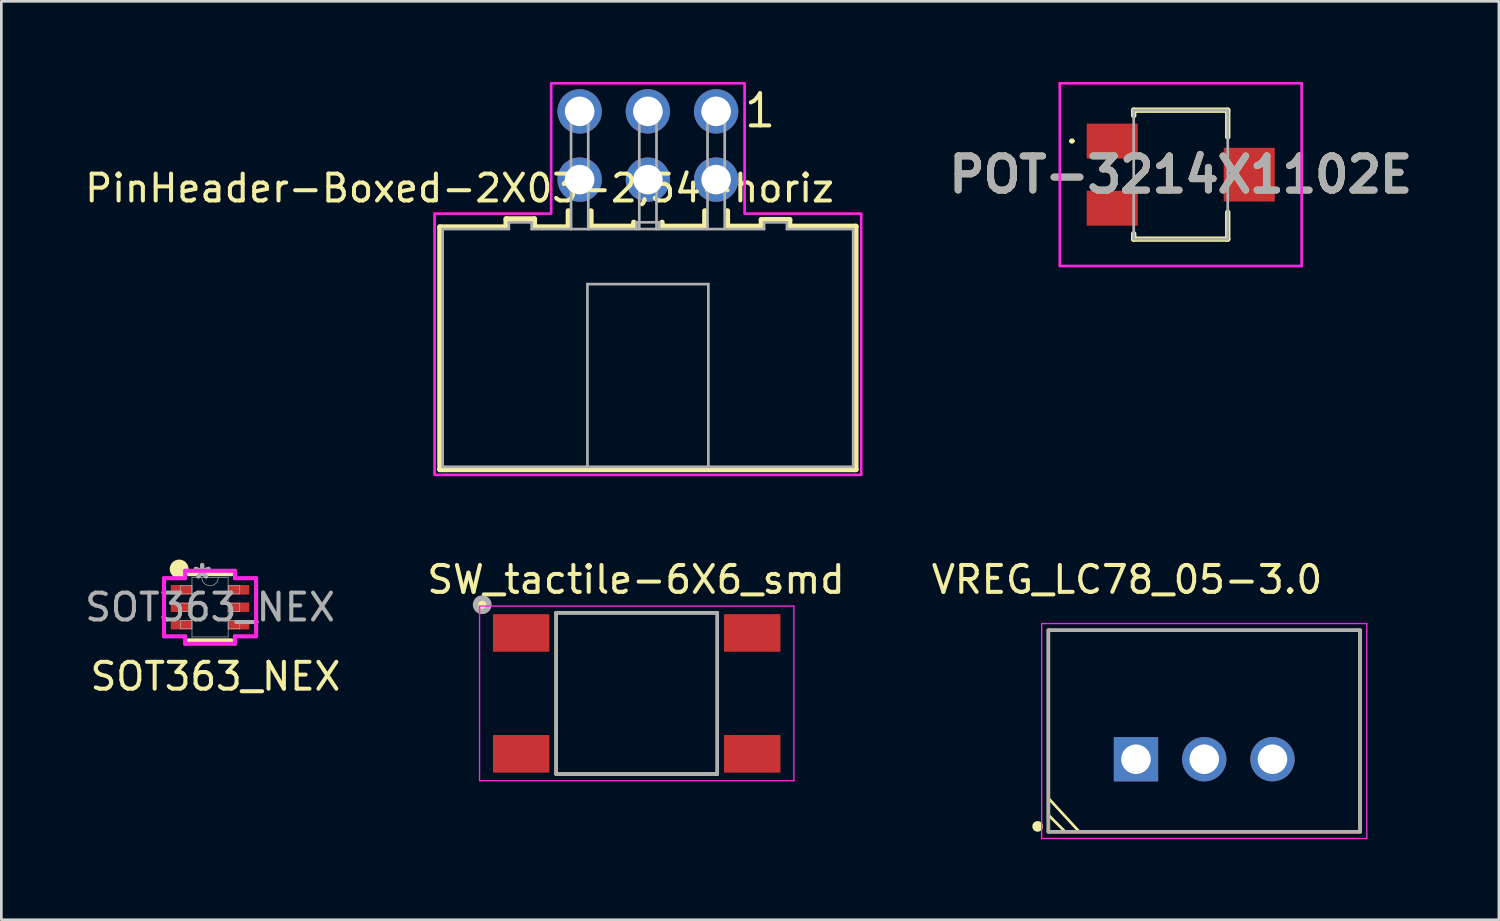
<source format=kicad_pcb>
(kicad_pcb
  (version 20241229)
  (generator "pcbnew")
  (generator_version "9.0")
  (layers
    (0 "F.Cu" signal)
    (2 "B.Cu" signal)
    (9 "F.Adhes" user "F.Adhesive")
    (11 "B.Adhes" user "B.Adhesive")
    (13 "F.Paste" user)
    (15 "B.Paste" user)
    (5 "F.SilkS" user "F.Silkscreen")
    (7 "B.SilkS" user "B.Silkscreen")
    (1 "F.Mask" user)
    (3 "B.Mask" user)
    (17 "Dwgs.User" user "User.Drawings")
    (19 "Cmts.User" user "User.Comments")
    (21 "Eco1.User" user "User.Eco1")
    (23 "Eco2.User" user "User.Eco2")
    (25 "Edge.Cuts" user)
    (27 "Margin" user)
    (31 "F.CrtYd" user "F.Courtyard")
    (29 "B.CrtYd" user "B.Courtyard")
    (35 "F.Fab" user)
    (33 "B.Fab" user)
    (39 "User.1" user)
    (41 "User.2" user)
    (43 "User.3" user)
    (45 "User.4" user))
  (footprint "POT-3214X1102E"
    (layer "F.Cu")
    (at 40.896 3.45)
    (property "Reference" "POT-3214X1102E" (at 0 0 0) (layer "F.SilkS") (effects (font (size 1.27 1.27) (thickness 0.254))))
    (attr smd)
    (fp_line (start -4.1 -1.25) (end -4.1 -1.25) (stroke (width 0.1) (type solid)) (layer "F.SilkS"))
    (fp_line (start -4 -1.25) (end -4 -1.25) (stroke (width 0.1) (type solid)) (layer "F.SilkS"))
    (fp_line (start -1.75 -2.4) (end 1.75 -2.4) (stroke (width 0.2) (type solid)) (layer "F.SilkS"))
    (fp_line (start -1.75 -2.2) (end -1.75 -2.4) (stroke (width 0.2) (type solid)) (layer "F.SilkS"))
    (fp_line (start -1.75 2.2) (end -1.75 2.4) (stroke (width 0.2) (type solid)) (layer "F.SilkS"))
    (fp_line (start -1.75 2.4) (end 1.75 2.4) (stroke (width 0.2) (type solid)) (layer "F.SilkS"))
    (fp_line (start 1.75 -2.4) (end 1.75 -1.4) (stroke (width 0.2) (type solid)) (layer "F.SilkS"))
    (fp_line (start 1.75 2.4) (end 1.75 1.4) (stroke (width 0.2) (type solid)) (layer "F.SilkS"))
    (fp_arc (start -4.1 -1.25) (mid -4.05 -1.3) (end -4 -1.25) (stroke (width 0.1) (type solid)) (layer "F.SilkS"))
    (fp_arc (start -4 -1.25) (mid -4.05 -1.2) (end -4.1 -1.25) (stroke (width 0.1) (type solid)) (layer "F.SilkS"))
    (fp_line (start -4.5 -3.4) (end 4.5 -3.4) (stroke (width 0.1) (type solid)) (layer "F.CrtYd"))
    (fp_line (start -4.5 3.4) (end -4.5 -3.4) (stroke (width 0.1) (type solid)) (layer "F.CrtYd"))
    (fp_line (start 4.5 -3.4) (end 4.5 3.4) (stroke (width 0.1) (type solid)) (layer "F.CrtYd"))
    (fp_line (start 4.5 3.4) (end -4.5 3.4) (stroke (width 0.1) (type solid)) (layer "F.CrtYd"))
    (fp_line (start -1.75 -2.4) (end 1.75 -2.4) (stroke (width 0.1) (type solid)) (layer "F.Fab"))
    (fp_line (start -1.75 2.4) (end -1.75 -2.4) (stroke (width 0.1) (type solid)) (layer "F.Fab"))
    (fp_line (start 1.75 -2.4) (end 1.75 2.4) (stroke (width 0.1) (type solid)) (layer "F.Fab"))
    (fp_line (start 1.75 2.4) (end -1.75 2.4) (stroke (width 0.1) (type solid)) (layer "F.Fab"))
    (fp_text user "${REFERENCE}" (at 0 0 0) (layer "F.Fab") (effects (font (size 1.27 1.27) (thickness 0.254))))
    (pad "1" smd rect (at -2.55 -1.25 90) (size 1.3 1.9) (layers "F.Cu" "F.Mask" "F.Paste"))
    (pad "2" smd rect (at 2.55 0) (size 1.9 2) (layers "F.Cu" "F.Mask" "F.Paste"))
    (pad "3" smd rect (at -2.55 1.25 90) (size 1.3 1.9) (layers "F.Cu" "F.Mask" "F.Paste")))
  (footprint "SW_tactile-6X6_smd"
    (layer "F.Cu")
    (at 20.648 22.758)
    (property "Reference" "SW_tactile-6X6_smd" (at -0.025 -4.235 0) (layer "F.SilkS") (effects (font (size 1 1) (thickness 0.15))))
    (attr smd)
    (fp_line (start -3 3) (end -3 -3) (stroke (width 0.127) (type solid)) (layer "F.SilkS"))
    (fp_line (start 3 -3) (end -3 -3) (stroke (width 0.127) (type solid)) (layer "F.SilkS"))
    (fp_line (start 3 -3) (end 3 3) (stroke (width 0.127) (type solid)) (layer "F.SilkS"))
    (fp_line (start 3 3) (end -3 3) (stroke (width 0.127) (type solid)) (layer "F.SilkS"))
    (fp_circle (center -5.75 -3.3) (end -5.55 -3.3) (stroke (width 0.2) (type solid)) (fill yes) (layer "F.SilkS"))
    (fp_line (start -5.85 -3.25) (end -5.85 3.25) (stroke (width 0.05) (type solid)) (layer "F.CrtYd"))
    (fp_line (start -5.85 3.25) (end 5.85 3.25) (stroke (width 0.05) (type solid)) (layer "F.CrtYd"))
    (fp_line (start 5.85 -3.25) (end -5.85 -3.25) (stroke (width 0.05) (type solid)) (layer "F.CrtYd"))
    (fp_line (start 5.85 3.25) (end 5.85 -3.25) (stroke (width 0.05) (type solid)) (layer "F.CrtYd"))
    (fp_line (start -3 -3) (end -3 3) (stroke (width 0.127) (type solid)) (layer "F.Fab"))
    (fp_line (start -3 3) (end 3 3) (stroke (width 0.127) (type solid)) (layer "F.Fab"))
    (fp_line (start 3 -3) (end -3 -3) (stroke (width 0.127) (type solid)) (layer "F.Fab"))
    (fp_line (start 3 3) (end 3 -3) (stroke (width 0.127) (type solid)) (layer "F.Fab"))
    (fp_circle (center -5.75 -3.3) (end -5.5 -3.3) (stroke (width 0.2) (type solid)) (fill no) (layer "F.Fab"))
    (pad "1" smd rect (at -4.3 -2.25) (size 2.1 1.4) (layers "F.Cu" "F.Mask" "F.Paste"))
    (pad "2" smd rect (at 4.3 -2.25) (size 2.1 1.4) (layers "F.Cu" "F.Mask" "F.Paste"))
    (pad "3" smd rect (at -4.3 2.25) (size 2.1 1.4) (layers "F.Cu" "F.Mask" "F.Paste"))
    (pad "4" smd rect (at 4.3 2.25) (size 2.1 1.4) (layers "F.Cu" "F.Mask" "F.Paste")))
  (footprint "PinHeader-Boxed-2X03-2,54-horiz"
    (layer "F.Cu")
    (at 21.064 9.9)
    (property "Reference" "PinHeader-Boxed-2X03-2,54-horiz" (at -7.01 -5.944 0) (layer "F.SilkS") (effects (font (size 1 1) (thickness 0.15))))
    (attr through_hole)
    (fp_line (start -7.74 -4.5) (end -7.74 4.525) (stroke (width 0.2) (type solid)) (layer "F.SilkS"))
    (fp_line (start -7.74 4.525) (end 7.74 4.525) (stroke (width 0.2) (type solid)) (layer "F.SilkS"))
    (fp_line (start -5.275 -4.8) (end -4.225 -4.8) (stroke (width 0.2) (type solid)) (layer "F.SilkS"))
    (fp_line (start -5.275 -4.5) (end -7.74 -4.5) (stroke (width 0.2) (type solid)) (layer "F.SilkS"))
    (fp_line (start -5.275 -4.5) (end -5.275 -4.8) (stroke (width 0.2) (type solid)) (layer "F.SilkS"))
    (fp_line (start -4.225 -4.8) (end -4.225 -4.5) (stroke (width 0.2) (type solid)) (layer "F.SilkS"))
    (fp_line (start -4.225 -4.5) (end -2.96 -4.5) (stroke (width 0.2) (type solid)) (layer "F.SilkS"))
    (fp_line (start -2.96 -4.5) (end -2.96 -5.1) (stroke (width 0.2) (type solid)) (layer "F.SilkS"))
    (fp_line (start -2.12 -5.1) (end -2.12 -4.525) (stroke (width 0.2) (type solid)) (layer "F.SilkS"))
    (fp_line (start -2.12 -4.525) (end -0.525 -4.525) (stroke (width 0.2) (type solid)) (layer "F.SilkS"))
    (fp_line (start -0.525 -4.525) (end -0.525 -4.675) (stroke (width 0.2) (type solid)) (layer "F.SilkS"))
    (fp_line (start 0.525 -4.675) (end 0.525 -4.525) (stroke (width 0.2) (type solid)) (layer "F.SilkS"))
    (fp_line (start 0.525 -4.525) (end 2.1 -4.525) (stroke (width 0.2) (type solid)) (layer "F.SilkS"))
    (fp_line (start 2.12 -4.525) (end 2.12 -5.1) (stroke (width 0.2) (type solid)) (layer "F.SilkS"))
    (fp_line (start 2.96 -4.525) (end 2.96 -5.1) (stroke (width 0.2) (type solid)) (layer "F.SilkS"))
    (fp_line (start 4.225 -4.775) (end 4.225 -4.525) (stroke (width 0.2) (type solid)) (layer "F.SilkS"))
    (fp_line (start 4.225 -4.525) (end 2.96 -4.525) (stroke (width 0.2) (type solid)) (layer "F.SilkS"))
    (fp_line (start 5.275 -4.775) (end 4.225 -4.775) (stroke (width 0.2) (type solid)) (layer "F.SilkS"))
    (fp_line (start 5.275 -4.525) (end 5.275 -4.775) (stroke (width 0.2) (type solid)) (layer "F.SilkS"))
    (fp_line (start 7.74 -4.525) (end 5.275 -4.525) (stroke (width 0.2) (type solid)) (layer "F.SilkS"))
    (fp_line (start 7.74 4.525) (end 7.74 -4.525) (stroke (width 0.2) (type solid)) (layer "F.SilkS"))
    (fp_poly (pts (xy 3.6 -9.85) (xy 3.6 -5) (xy 7.94 -5) (xy 7.94 4.725) (xy -7.94 4.725) (xy -7.94 -5) (xy -3.6 -5) (xy -3.6 -9.85)) (stroke (width 0.1) (type solid)) (fill no) (layer "F.CrtYd"))
    (fp_line (start -7.64 -4.425) (end -5.175 -4.425) (stroke (width 0.1) (type solid)) (layer "F.Fab"))
    (fp_line (start -7.64 4.425) (end -7.64 -4.425) (stroke (width 0.1) (type solid)) (layer "F.Fab"))
    (fp_line (start -5.175 -4.675) (end -4.325 -4.675) (stroke (width 0.1) (type solid)) (layer "F.Fab"))
    (fp_line (start -5.175 -4.425) (end -5.175 -4.675) (stroke (width 0.1) (type solid)) (layer "F.Fab"))
    (fp_line (start -4.325 -4.675) (end -4.325 -4.425) (stroke (width 0.1) (type solid)) (layer "F.Fab"))
    (fp_line (start -4.325 -4.425) (end -2.86 -4.425) (stroke (width 0.1) (type solid)) (layer "F.Fab"))
    (fp_line (start -2.86 -9.125) (end -2.86 -4.425) (stroke (width 0.1) (type solid)) (layer "F.Fab"))
    (fp_line (start -2.86 -9.125) (end -2.22 -9.125) (stroke (width 0.1) (type solid)) (layer "F.Fab"))
    (fp_line (start -2.86 -4.425) (end -2.22 -4.425) (stroke (width 0.1) (type solid)) (layer "F.Fab"))
    (fp_line (start -2.25 -2.375) (end 2.25 -2.375) (stroke (width 0.1) (type solid)) (layer "F.Fab"))
    (fp_line (start -2.25 4.4) (end -2.25 -2.375) (stroke (width 0.1) (type solid)) (layer "F.Fab"))
    (fp_line (start -2.22 -9.125) (end -2.22 -4.425) (stroke (width 0.1) (type solid)) (layer "F.Fab"))
    (fp_line (start -2.22 -4.425) (end 4.325 -4.425) (stroke (width 0.1) (type solid)) (layer "F.Fab"))
    (fp_line (start -0.425 -4.675) (end 0.425 -4.675) (stroke (width 0.1) (type solid)) (layer "F.Fab"))
    (fp_line (start -0.425 -4.425) (end -0.425 -4.675) (stroke (width 0.1) (type solid)) (layer "F.Fab"))
    (fp_line (start -0.32 -9.125) (end -0.32 -4.425) (stroke (width 0.1) (type solid)) (layer "F.Fab"))
    (fp_line (start -0.32 -9.125) (end 0.32 -9.125) (stroke (width 0.1) (type solid)) (layer "F.Fab"))
    (fp_line (start 0.32 -9.125) (end 0.32 -4.425) (stroke (width 0.1) (type solid)) (layer "F.Fab"))
    (fp_line (start 0.425 -4.675) (end 0.425 -4.425) (stroke (width 0.1) (type solid)) (layer "F.Fab"))
    (fp_line (start 2.22 -9.125) (end 2.22 -4.425) (stroke (width 0.1) (type solid)) (layer "F.Fab"))
    (fp_line (start 2.22 -9.125) (end 2.86 -9.125) (stroke (width 0.1) (type solid)) (layer "F.Fab"))
    (fp_line (start 2.25 -2.375) (end 2.25 4.4) (stroke (width 0.1) (type solid)) (layer "F.Fab"))
    (fp_line (start 2.86 -9.125) (end 2.86 -4.425) (stroke (width 0.1) (type solid)) (layer "F.Fab"))
    (fp_line (start 4.325 -4.675) (end 5.175 -4.675) (stroke (width 0.1) (type solid)) (layer "F.Fab"))
    (fp_line (start 4.325 -4.425) (end 4.325 -4.675) (stroke (width 0.1) (type solid)) (layer "F.Fab"))
    (fp_line (start 5.175 -4.675) (end 5.175 -4.425) (stroke (width 0.1) (type solid)) (layer "F.Fab"))
    (fp_line (start 5.175 -4.425) (end 7.64 -4.425) (stroke (width 0.1) (type solid)) (layer "F.Fab"))
    (fp_line (start 7.64 -4.425) (end 7.64 4.425) (stroke (width 0.1) (type solid)) (layer "F.Fab"))
    (fp_line (start 7.64 4.425) (end -7.64 4.425) (stroke (width 0.1) (type solid)) (layer "F.Fab"))
    (fp_text user "1" (at 3.505 -8.128 0) (unlocked yes) (layer "F.SilkS") (effects (font (size 1.2 1.2) (thickness 0.15)) (justify left bottom)))
    (pad "1" thru_hole circle (at 2.54 -8.805) (size 1.65 1.65) (drill 1.1) (layers "*.Cu" "*.Mask"))
    (pad "2" thru_hole circle (at 2.54 -6.265) (size 1.65 1.65) (drill 1.1) (layers "*.Cu" "*.Mask"))
    (pad "3" thru_hole circle (at 0 -8.805) (size 1.65 1.65) (drill 1.1) (layers "*.Cu" "*.Mask"))
    (pad "4" thru_hole circle (at 0 -6.265) (size 1.65 1.65) (drill 1.1) (layers "*.Cu" "*.Mask"))
    (pad "5" thru_hole circle (at -2.54 -8.805) (size 1.65 1.65) (drill 1.1) (layers "*.Cu" "*.Mask"))
    (pad "6" thru_hole circle (at -2.54 -6.265) (size 1.65 1.65) (drill 1.1) (layers "*.Cu" "*.Mask")))
  (footprint "VREG_LC78_05-3.0"
    (layer "F.Cu")
    (at 41.771 24.158)
    (property "Reference" "VREG_LC78_05-3.0" (at -2.875 -5.635 0) (layer "F.SilkS") (effects (font (size 1 1) (thickness 0.15))))
    (attr through_hole)
    (fp_line (start -5.8 -3.75) (end 5.8 -3.75) (stroke (width 0.127) (type solid)) (layer "F.SilkS"))
    (fp_line (start -5.8 2.5) (end -5.8 3.125) (stroke (width 0.1) (type default)) (layer "F.SilkS"))
    (fp_line (start -5.8 2.5) (end -4.65 3.75) (stroke (width 0.1) (type default)) (layer "F.SilkS"))
    (fp_line (start -5.8 3.125) (end -5.225 3.7) (stroke (width 0.1) (type default)) (layer "F.SilkS"))
    (fp_line (start -5.8 3.75) (end -5.8 -3.75) (stroke (width 0.127) (type solid)) (layer "F.SilkS"))
    (fp_line (start 5.8 -3.75) (end 5.8 3.75) (stroke (width 0.127) (type solid)) (layer "F.SilkS"))
    (fp_line (start 5.8 3.75) (end -5.8 3.75) (stroke (width 0.127) (type solid)) (layer "F.SilkS"))
    (fp_circle (center -6.2 3.55) (end -6.1 3.55) (stroke (width 0.2) (type solid)) (fill no) (layer "F.SilkS"))
    (fp_line (start -6.05 -4) (end -6.05 4) (stroke (width 0.05) (type solid)) (layer "F.CrtYd"))
    (fp_line (start -6.05 4) (end 6.05 4) (stroke (width 0.05) (type solid)) (layer "F.CrtYd"))
    (fp_line (start 6.05 -4) (end -6.05 -4) (stroke (width 0.05) (type solid)) (layer "F.CrtYd"))
    (fp_line (start 6.05 4) (end 6.05 -4) (stroke (width 0.05) (type solid)) (layer "F.CrtYd"))
    (fp_line (start -5.8 -3.75) (end 5.8 -3.75) (stroke (width 0.127) (type solid)) (layer "F.Fab"))
    (fp_line (start -5.8 3.75) (end -5.8 -3.75) (stroke (width 0.127) (type solid)) (layer "F.Fab"))
    (fp_line (start 5.8 -3.75) (end 5.8 3.75) (stroke (width 0.127) (type solid)) (layer "F.Fab"))
    (fp_line (start 5.8 3.75) (end -5.8 3.75) (stroke (width 0.127) (type solid)) (layer "F.Fab"))
    (pad "1" thru_hole rect (at -2.54 1.05) (size 1.65 1.65) (drill 1.1) (layers "*.Cu" "*.Mask"))
    (pad "2" thru_hole circle (at 0 1.05) (size 1.65 1.65) (drill 1.1) (layers "*.Cu" "*.Mask"))
    (pad "3" thru_hole circle (at 2.54 1.05) (size 1.65 1.65) (drill 1.1) (layers "*.Cu" "*.Mask")))
  (footprint "SOT363_NEX"
    (layer "F.Cu")
    (at 4.768 19.552)
    (property "Reference" "SOT363_NEX" (at 0.2 2.575 0) (unlocked yes) (layer "F.SilkS") (effects (font (size 1 1) (thickness 0.15))))
    (attr smd)
    (fp_line (start -0.8 1.232) (end 0.8 1.232) (stroke (width 0.152) (type solid)) (layer "F.SilkS"))
    (fp_line (start 0.8 -1.232) (end -0.8 -1.232) (stroke (width 0.152) (type solid)) (layer "F.SilkS"))
    (fp_circle (center -1.15 -1.425) (end -0.85 -1.425) (stroke (width 0.1) (type solid)) (fill yes) (layer "F.SilkS"))
    (fp_line (start -1.714 -1.082) (end -0.927 -1.082) (stroke (width 0.152) (type solid)) (layer "F.CrtYd"))
    (fp_line (start -1.714 1.082) (end -1.714 -1.082) (stroke (width 0.152) (type solid)) (layer "F.CrtYd"))
    (fp_line (start -1.714 1.082) (end -0.927 1.082) (stroke (width 0.152) (type solid)) (layer "F.CrtYd"))
    (fp_line (start -0.927 -1.359) (end 0.927 -1.359) (stroke (width 0.152) (type solid)) (layer "F.CrtYd"))
    (fp_line (start -0.927 -1.082) (end -0.927 -1.359) (stroke (width 0.152) (type solid)) (layer "F.CrtYd"))
    (fp_line (start -0.927 1.359) (end -0.927 1.082) (stroke (width 0.152) (type solid)) (layer "F.CrtYd"))
    (fp_line (start 0.927 -1.359) (end 0.927 -1.082) (stroke (width 0.152) (type solid)) (layer "F.CrtYd"))
    (fp_line (start 0.927 1.082) (end 0.927 1.359) (stroke (width 0.152) (type solid)) (layer "F.CrtYd"))
    (fp_line (start 0.927 1.359) (end -0.927 1.359) (stroke (width 0.152) (type solid)) (layer "F.CrtYd"))
    (fp_line (start 1.714 -1.082) (end 0.927 -1.082) (stroke (width 0.152) (type solid)) (layer "F.CrtYd"))
    (fp_line (start 1.714 -1.082) (end 1.714 1.082) (stroke (width 0.152) (type solid)) (layer "F.CrtYd"))
    (fp_line (start 1.714 1.082) (end 0.927 1.082) (stroke (width 0.152) (type solid)) (layer "F.CrtYd"))
    (fp_line (start -1.105 -0.802) (end -1.105 -0.498) (stroke (width 0.025) (type solid)) (layer "F.Fab"))
    (fp_line (start -1.105 -0.498) (end -0.673 -0.498) (stroke (width 0.025) (type solid)) (layer "F.Fab"))
    (fp_line (start -1.105 -0.152) (end -1.105 0.152) (stroke (width 0.025) (type solid)) (layer "F.Fab"))
    (fp_line (start -1.105 0.152) (end -0.673 0.152) (stroke (width 0.025) (type solid)) (layer "F.Fab"))
    (fp_line (start -1.105 0.498) (end -1.105 0.802) (stroke (width 0.025) (type solid)) (layer "F.Fab"))
    (fp_line (start -1.105 0.802) (end -0.673 0.802) (stroke (width 0.025) (type solid)) (layer "F.Fab"))
    (fp_line (start -0.673 -1.105) (end -0.673 1.105) (stroke (width 0.025) (type solid)) (layer "F.Fab"))
    (fp_line (start -0.673 -0.802) (end -1.105 -0.802) (stroke (width 0.025) (type solid)) (layer "F.Fab"))
    (fp_line (start -0.673 -0.498) (end -0.673 -0.802) (stroke (width 0.025) (type solid)) (layer "F.Fab"))
    (fp_line (start -0.673 -0.152) (end -1.105 -0.152) (stroke (width 0.025) (type solid)) (layer "F.Fab"))
    (fp_line (start -0.673 0.152) (end -0.673 -0.152) (stroke (width 0.025) (type solid)) (layer "F.Fab"))
    (fp_line (start -0.673 0.498) (end -1.105 0.498) (stroke (width 0.025) (type solid)) (layer "F.Fab"))
    (fp_line (start -0.673 0.802) (end -0.673 0.498) (stroke (width 0.025) (type solid)) (layer "F.Fab"))
    (fp_line (start -0.673 1.105) (end 0.673 1.105) (stroke (width 0.025) (type solid)) (layer "F.Fab"))
    (fp_line (start 0.673 -1.105) (end -0.673 -1.105) (stroke (width 0.025) (type solid)) (layer "F.Fab"))
    (fp_line (start 0.673 -0.802) (end 0.673 -0.498) (stroke (width 0.025) (type solid)) (layer "F.Fab"))
    (fp_line (start 0.673 -0.498) (end 1.105 -0.498) (stroke (width 0.025) (type solid)) (layer "F.Fab"))
    (fp_line (start 0.673 -0.152) (end 0.673 0.152) (stroke (width 0.025) (type solid)) (layer "F.Fab"))
    (fp_line (start 0.673 0.152) (end 1.105 0.152) (stroke (width 0.025) (type solid)) (layer "F.Fab"))
    (fp_line (start 0.673 0.498) (end 0.673 0.802) (stroke (width 0.025) (type solid)) (layer "F.Fab"))
    (fp_line (start 0.673 0.802) (end 1.105 0.802) (stroke (width 0.025) (type solid)) (layer "F.Fab"))
    (fp_line (start 0.673 1.105) (end 0.673 -1.105) (stroke (width 0.025) (type solid)) (layer "F.Fab"))
    (fp_line (start 1.105 -0.802) (end 0.673 -0.802) (stroke (width 0.025) (type solid)) (layer "F.Fab"))
    (fp_line (start 1.105 -0.498) (end 1.105 -0.802) (stroke (width 0.025) (type solid)) (layer "F.Fab"))
    (fp_line (start 1.105 -0.152) (end 0.673 -0.152) (stroke (width 0.025) (type solid)) (layer "F.Fab"))
    (fp_line (start 1.105 0.152) (end 1.105 -0.152) (stroke (width 0.025) (type solid)) (layer "F.Fab"))
    (fp_line (start 1.105 0.498) (end 0.673 0.498) (stroke (width 0.025) (type solid)) (layer "F.Fab"))
    (fp_line (start 1.105 0.802) (end 1.105 0.498) (stroke (width 0.025) (type solid)) (layer "F.Fab"))
    (fp_arc (start 0.3048 -1.1049) (mid 0 -0.8001) (end -0.3048 -1.1049) (stroke (width 0.0254) (type solid)) (layer "F.Fab"))
    (fp_text user "${REFERENCE}" (at 0 0 0) (unlocked yes) (layer "F.Fab") (effects (font (size 1 1) (thickness 0.15))))
    (fp_text user "*" (at -0.292 -1.029 0) (layer "F.Fab") (effects (font (size 1 1) (thickness 0.15))))
    (fp_text user "*" (at -0.292 -1.029 0) (unlocked yes) (layer "F.Fab") (effects (font (size 1 1) (thickness 0.15))))
    (pad "1" smd rect (at -1.067 -0.65) (size 0.787 0.356) (layers "F.Cu" "F.Mask" "F.Paste"))
    (pad "2" smd rect (at -1.067 0) (size 0.787 0.356) (layers "F.Cu" "F.Mask" "F.Paste"))
    (pad "3" smd rect (at -1.067 0.65) (size 0.787 0.356) (layers "F.Cu" "F.Mask" "F.Paste"))
    (pad "4" smd rect (at 1.067 0.65) (size 0.787 0.356) (layers "F.Cu" "F.Mask" "F.Paste"))
    (pad "5" smd rect (at 1.067 0) (size 0.787 0.356) (layers "F.Cu" "F.Mask" "F.Paste"))
    (pad "6" smd rect (at 1.067 -0.65) (size 0.787 0.356) (layers "F.Cu" "F.Mask" "F.Paste")))
  (gr_rect
    (start -3 -3)
    (end 52.737 31.183)
    (stroke (width 0.1) (type default))
    (fill no)
    (layer "Edge.Cuts")))
</source>
